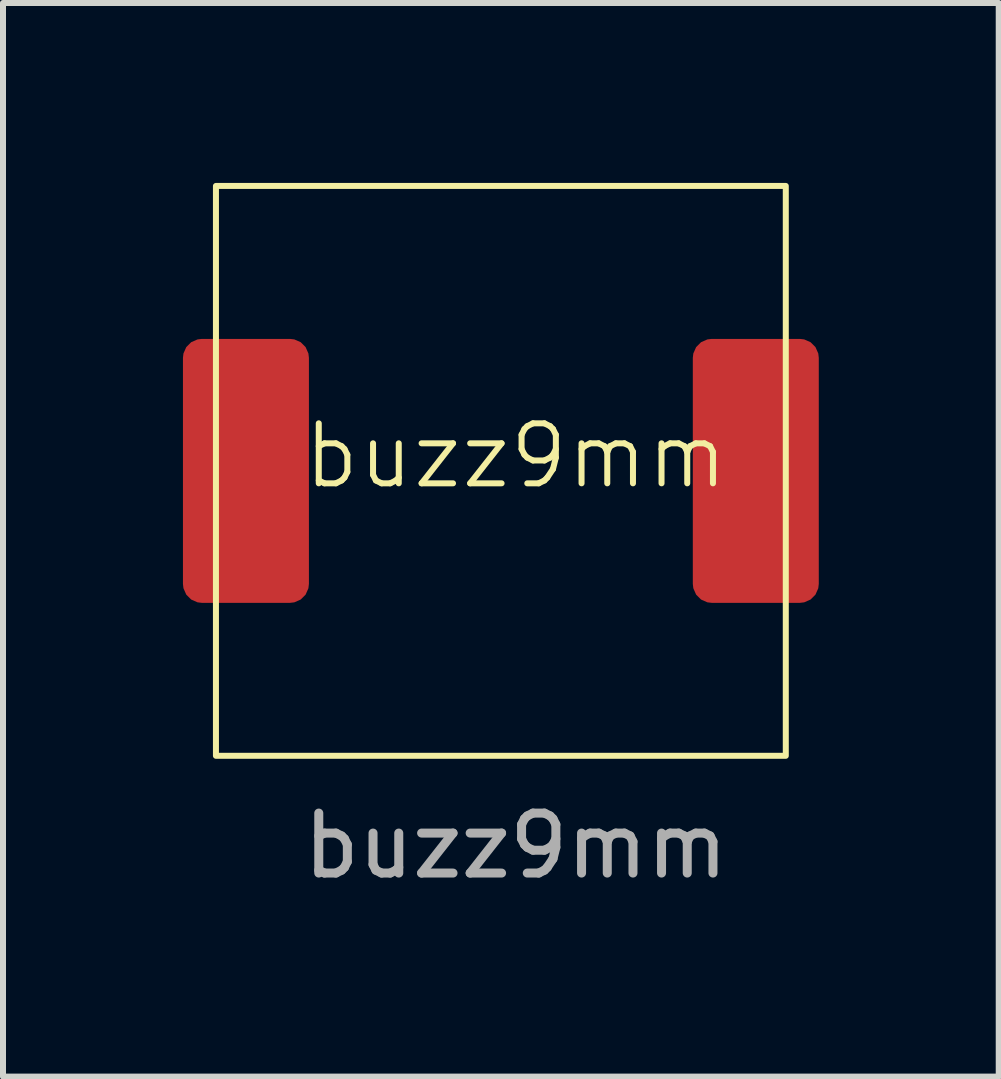
<source format=kicad_pcb>
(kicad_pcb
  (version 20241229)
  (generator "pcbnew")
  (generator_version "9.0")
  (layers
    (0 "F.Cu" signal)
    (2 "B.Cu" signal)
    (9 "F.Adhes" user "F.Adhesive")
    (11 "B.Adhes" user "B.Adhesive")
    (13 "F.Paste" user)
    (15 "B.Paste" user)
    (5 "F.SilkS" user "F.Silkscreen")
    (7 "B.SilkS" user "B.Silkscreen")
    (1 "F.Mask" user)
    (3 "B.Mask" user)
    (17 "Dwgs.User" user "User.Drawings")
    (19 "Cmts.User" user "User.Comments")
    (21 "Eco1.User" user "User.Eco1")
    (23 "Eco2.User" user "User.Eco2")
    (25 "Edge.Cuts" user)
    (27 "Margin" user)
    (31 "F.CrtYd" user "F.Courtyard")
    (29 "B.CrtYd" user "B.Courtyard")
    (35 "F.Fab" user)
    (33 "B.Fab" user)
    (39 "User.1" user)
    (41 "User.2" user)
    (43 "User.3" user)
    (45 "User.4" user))
  (footprint "buzz9mm"
    (layer "F.Cu")
    (at 5.55 5.05)
    (property "Reference" "buzz9mm" (at 0 -0.5 0) (unlocked yes) (layer "F.SilkS") (effects (font (size 1 1) (thickness 0.1))))
    (attr smd)
    (fp_rect (start -5 -5) (end 4.5 4.5) (stroke (width 0.1) (type default)) (fill no) (layer "F.SilkS"))
    (fp_text user "${REFERENCE}" (at 0 6 0) (unlocked yes) (layer "F.Fab") (effects (font (size 1 1) (thickness 0.15))))
    (pad "1" smd roundrect (at -4.5 -0.25) (size 2.1 4.4) (layers "F.Cu" "F.Mask" "F.Paste") (roundrect_rratio 0.15))
    (pad "2" smd roundrect (at 4 -0.25) (size 2.1 4.4) (layers "F.Cu" "F.Mask" "F.Paste") (roundrect_rratio 0.15)))
  (gr_rect
    (start -3 -3)
    (end 13.6 14.898)
    (stroke (width 0.1) (type default))
    (fill no)
    (layer "Edge.Cuts")))
</source>
